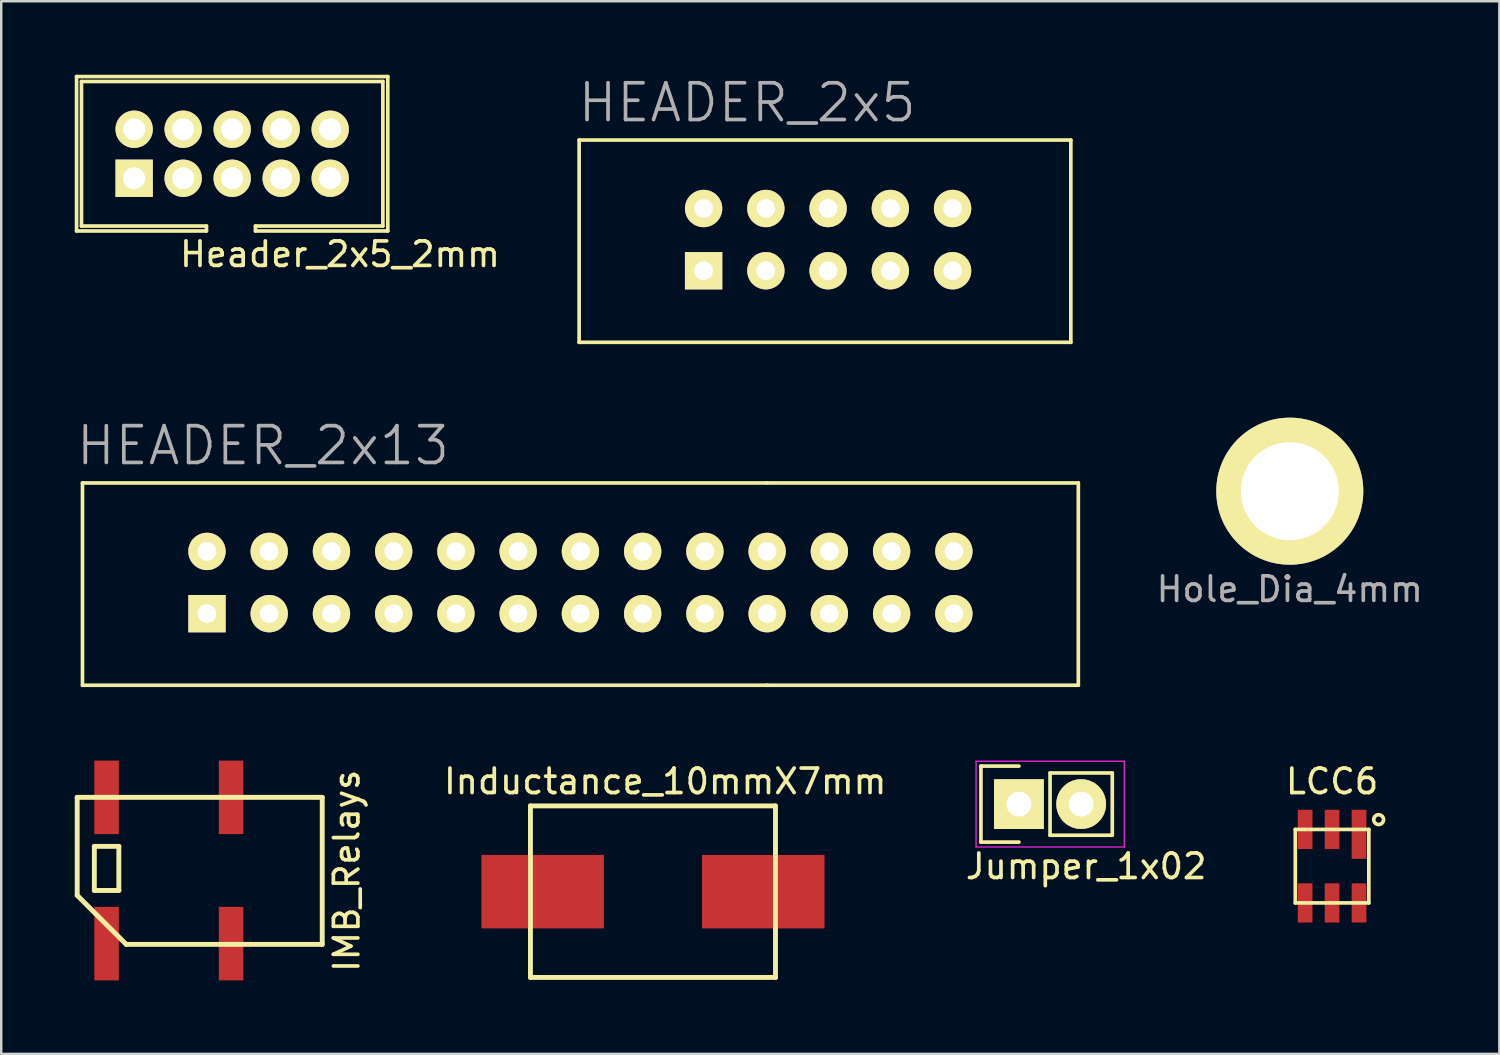
<source format=kicad_pcb>
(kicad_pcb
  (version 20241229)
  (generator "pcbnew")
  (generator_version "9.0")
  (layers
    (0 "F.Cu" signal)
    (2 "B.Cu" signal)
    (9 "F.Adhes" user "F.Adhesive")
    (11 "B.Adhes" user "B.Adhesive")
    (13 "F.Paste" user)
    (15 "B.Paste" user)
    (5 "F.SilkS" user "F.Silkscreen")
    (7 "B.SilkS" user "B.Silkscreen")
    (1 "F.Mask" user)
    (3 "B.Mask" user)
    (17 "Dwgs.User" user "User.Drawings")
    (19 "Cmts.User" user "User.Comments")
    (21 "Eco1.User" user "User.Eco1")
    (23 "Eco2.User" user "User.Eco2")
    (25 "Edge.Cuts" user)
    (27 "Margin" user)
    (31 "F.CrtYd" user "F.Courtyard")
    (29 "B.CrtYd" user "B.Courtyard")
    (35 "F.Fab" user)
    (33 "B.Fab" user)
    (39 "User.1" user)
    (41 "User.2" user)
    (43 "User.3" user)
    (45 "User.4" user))
  (footprint "Jumper_1x02"
    (layer "F.Cu")
    (at 38.532 29.765)
    (property "Reference" "Jumper_1x02" (at 2.743 2.54 0) (layer "F.SilkS") (effects (font (size 1 1) (thickness 0.15))))
    (attr through_hole)
    (fp_line (start -1.55 -1.55) (end -1.55 1.55) (stroke (width 0.15) (type solid)) (layer "F.SilkS"))
    (fp_line (start -1.55 1.55) (end 0 1.55) (stroke (width 0.15) (type solid)) (layer "F.SilkS"))
    (fp_line (start 0 -1.55) (end -1.55 -1.55) (stroke (width 0.15) (type solid)) (layer "F.SilkS"))
    (fp_line (start 1.27 -1.27) (end 3.81 -1.27) (stroke (width 0.15) (type solid)) (layer "F.SilkS"))
    (fp_line (start 1.27 1.27) (end 1.27 -1.27) (stroke (width 0.15) (type solid)) (layer "F.SilkS"))
    (fp_line (start 3.81 -1.27) (end 3.81 1.27) (stroke (width 0.15) (type solid)) (layer "F.SilkS"))
    (fp_line (start 3.81 1.27) (end 1.27 1.27) (stroke (width 0.15) (type solid)) (layer "F.SilkS"))
    (fp_line (start -1.75 -1.75) (end -1.75 1.75) (stroke (width 0.05) (type solid)) (layer "F.CrtYd"))
    (fp_line (start -1.75 -1.75) (end 4.3 -1.75) (stroke (width 0.05) (type solid)) (layer "F.CrtYd"))
    (fp_line (start -1.75 1.75) (end 4.3 1.75) (stroke (width 0.05) (type solid)) (layer "F.CrtYd"))
    (fp_line (start 4.3 -1.75) (end 4.3 1.75) (stroke (width 0.05) (type solid)) (layer "F.CrtYd"))
    (pad "1" thru_hole rect (at 0 0) (size 2.032 2.032) (drill 1.016) (layers "*.Cu" "*.Mask" "F.SilkS"))
    (pad "2" thru_hole oval (at 2.54 0) (size 2.032 2.032) (drill 1.016) (layers "*.Cu" "*.Mask" "F.SilkS")))
  (footprint "Inductance_10mmX7mm"
    (layer "F.Cu")
    (at 23.097 33.338)
    (property "Reference" "Inductance_10mmX7mm" (at 1 -4.5 0) (layer "F.SilkS") (effects (font (size 1 1) (thickness 0.15))))
    (attr through_hole)
    (fp_line (start -4.5 -3.5) (end 5.5 -3.5) (stroke (width 0.2) (type solid)) (layer "F.SilkS"))
    (fp_line (start -4.5 3.5) (end -4.5 -3.5) (stroke (width 0.2) (type solid)) (layer "F.SilkS"))
    (fp_line (start 5.5 -3.5) (end 5.5 3.5) (stroke (width 0.2) (type solid)) (layer "F.SilkS"))
    (fp_line (start 5.5 3.5) (end -4.5 3.5) (stroke (width 0.2) (type solid)) (layer "F.SilkS"))
    (pad "1" smd rect (at -4 0) (size 5 3) (layers "F.Cu" "F.Mask" "F.Paste"))
    (pad "2" smd rect (at 5 0) (size 5 3) (layers "F.Cu" "F.Mask" "F.Paste")))
  (footprint "IMB_Relays"
    (layer "F.Cu")
    (at 5.1 32.489)
    (property "Reference" "IMB_Relays" (at 6 0 90) (layer "F.SilkS") (effects (font (size 1 1) (thickness 0.15))))
    (attr through_hole)
    (fp_line (start -5 -3) (end 5 -3) (stroke (width 0.2) (type solid)) (layer "F.SilkS"))
    (fp_line (start -5 1) (end -5 -3) (stroke (width 0.2) (type solid)) (layer "F.SilkS"))
    (fp_line (start -4.3 -1) (end -3.3 -1) (stroke (width 0.2) (type solid)) (layer "F.SilkS"))
    (fp_line (start -4.3 0.8) (end -4.3 -1) (stroke (width 0.2) (type solid)) (layer "F.SilkS"))
    (fp_line (start -3.3 -1) (end -3.3 0.8) (stroke (width 0.2) (type solid)) (layer "F.SilkS"))
    (fp_line (start -3.3 0.8) (end -4.3 0.8) (stroke (width 0.2) (type solid)) (layer "F.SilkS"))
    (fp_line (start -3 3) (end -5 1) (stroke (width 0.2) (type solid)) (layer "F.SilkS"))
    (fp_line (start 5 -3) (end 5 3) (stroke (width 0.2) (type solid)) (layer "F.SilkS"))
    (fp_line (start 5 3) (end -3 3) (stroke (width 0.2) (type solid)) (layer "F.SilkS"))
    (pad "1" smd rect (at -3.8 2.969) (size 1 3) (layers "F.Cu" "F.Mask" "F.Paste"))
    (pad "3" smd rect (at 1.28 2.969) (size 1 3) (layers "F.Cu" "F.Mask" "F.Paste"))
    (pad "6" smd rect (at 1.28 -3) (size 1 3) (layers "F.Cu" "F.Mask" "F.Paste"))
    (pad "8" smd rect (at -3.8 -3) (size 1 3) (layers "F.Cu" "F.Mask" "F.Paste")))
  (footprint "LCC6"
    (layer "F.Cu")
    (at 51.311 32.298)
    (property "Reference" "LCC6" (at 0 -3.46 0) (layer "F.SilkS") (effects (font (size 1 1) (thickness 0.15))))
    (attr through_hole)
    (fp_line (start -1.5 -1.5) (end 1.5 -1.5) (stroke (width 0.15) (type solid)) (layer "F.SilkS"))
    (fp_line (start -1.5 1.5) (end -1.5 -1.5) (stroke (width 0.15) (type solid)) (layer "F.SilkS"))
    (fp_line (start 1.5 -1.5) (end 1.5 1.5) (stroke (width 0.15) (type solid)) (layer "F.SilkS"))
    (fp_line (start 1.5 1.5) (end -1.5 1.5) (stroke (width 0.15) (type solid)) (layer "F.SilkS"))
    (fp_circle (center 1.9 -1.9) (end 2.1 -1.9) (stroke (width 0.15) (type solid)) (fill no) (layer "F.SilkS"))
    (pad "1" smd rect (at 1.1 -1.3) (size 0.6 2) (layers "F.Cu" "F.Mask" "F.Paste"))
    (pad "2" smd rect (at 0 -1.5) (size 0.6 1.6) (layers "F.Cu" "F.Mask" "F.Paste"))
    (pad "3" smd rect (at -1.1 -1.5) (size 0.6 1.6) (layers "F.Cu" "F.Mask" "F.Paste"))
    (pad "4" smd rect (at -1.1 1.5) (size 0.6 1.6) (layers "F.Cu" "F.Mask" "F.Paste"))
    (pad "5" smd rect (at 0 1.5) (size 0.6 1.6) (layers "F.Cu" "F.Mask" "F.Paste"))
    (pad "6" smd rect (at 1.1 1.5) (size 0.6 1.6) (layers "F.Cu" "F.Mask" "F.Paste")))
  (footprint "HEADER_2x13"
    (layer "F.Cu")
    (at 20.509 20.596)
    (property "Reference" "HEADER_2x13" (at -12.827 -5.461 0) (layer "F.Fab") (effects (font (size 1.5 1.5) (thickness 0.15))))
    (attr through_hole)
    (fp_line (start -20.193 -3.937) (end 7.747 -3.937) (stroke (width 0.15) (type solid)) (layer "F.SilkS"))
    (fp_line (start -20.193 4.318) (end -20.193 -3.937) (stroke (width 0.15) (type solid)) (layer "F.SilkS"))
    (fp_line (start -20.193 4.318) (end 7.747 4.318) (stroke (width 0.15) (type solid)) (layer "F.SilkS"))
    (fp_line (start 7.747 -3.937) (end 20.447 -3.937) (stroke (width 0.15) (type solid)) (layer "F.SilkS"))
    (fp_line (start 20.447 -3.937) (end 20.447 4.318) (stroke (width 0.15) (type solid)) (layer "F.SilkS"))
    (fp_line (start 20.447 4.318) (end 7.747 4.318) (stroke (width 0.15) (type solid)) (layer "F.SilkS"))
    (pad "1" thru_hole rect (at -15.113 1.397) (size 1.524 1.524) (drill 0.762) (layers "*.Cu" "*.Mask" "F.SilkS"))
    (pad "2" thru_hole circle (at -15.113 -1.143) (size 1.524 1.524) (drill 0.762) (layers "*.Cu" "*.Mask" "F.SilkS"))
    (pad "3" thru_hole circle (at -12.573 1.397) (size 1.524 1.524) (drill 0.762) (layers "*.Cu" "*.Mask" "F.SilkS"))
    (pad "4" thru_hole circle (at -12.573 -1.143) (size 1.524 1.524) (drill 0.762) (layers "*.Cu" "*.Mask" "F.SilkS"))
    (pad "5" thru_hole circle (at -10.033 1.397) (size 1.524 1.524) (drill 0.762) (layers "*.Cu" "*.Mask" "F.SilkS"))
    (pad "6" thru_hole circle (at -10.033 -1.143) (size 1.524 1.524) (drill 0.762) (layers "*.Cu" "*.Mask" "F.SilkS"))
    (pad "7" thru_hole circle (at -7.493 1.397) (size 1.524 1.524) (drill 0.762) (layers "*.Cu" "*.Mask" "F.SilkS"))
    (pad "8" thru_hole circle (at -7.493 -1.143) (size 1.524 1.524) (drill 0.762) (layers "*.Cu" "*.Mask" "F.SilkS"))
    (pad "9" thru_hole circle (at -4.953 1.397) (size 1.524 1.524) (drill 0.762) (layers "*.Cu" "*.Mask" "F.SilkS"))
    (pad "10" thru_hole circle (at -4.953 -1.143) (size 1.524 1.524) (drill 0.762) (layers "*.Cu" "*.Mask" "F.SilkS"))
    (pad "11" thru_hole circle (at -2.413 1.397) (size 1.524 1.524) (drill 0.762) (layers "*.Cu" "*.Mask" "F.SilkS"))
    (pad "12" thru_hole circle (at -2.413 -1.143) (size 1.524 1.524) (drill 0.762) (layers "*.Cu" "*.Mask" "F.SilkS"))
    (pad "13" thru_hole circle (at 0.127 1.397) (size 1.524 1.524) (drill 0.762) (layers "*.Cu" "*.Mask" "F.SilkS"))
    (pad "14" thru_hole circle (at 0.127 -1.143) (size 1.524 1.524) (drill 0.762) (layers "*.Cu" "*.Mask" "F.SilkS"))
    (pad "15" thru_hole circle (at 2.667 1.397) (size 1.524 1.524) (drill 0.762) (layers "*.Cu" "*.Mask" "F.SilkS"))
    (pad "16" thru_hole circle (at 2.667 -1.143) (size 1.524 1.524) (drill 0.762) (layers "*.Cu" "*.Mask" "F.SilkS"))
    (pad "17" thru_hole circle (at 5.207 1.397) (size 1.524 1.524) (drill 0.762) (layers "*.Cu" "*.Mask" "F.SilkS"))
    (pad "18" thru_hole circle (at 5.207 -1.143) (size 1.524 1.524) (drill 0.762) (layers "*.Cu" "*.Mask" "F.SilkS"))
    (pad "19" thru_hole circle (at 7.747 1.397) (size 1.524 1.524) (drill 0.762) (layers "*.Cu" "*.Mask" "F.SilkS"))
    (pad "20" thru_hole circle (at 7.747 -1.143) (size 1.524 1.524) (drill 0.762) (layers "*.Cu" "*.Mask" "F.SilkS"))
    (pad "21" thru_hole circle (at 10.287 1.397) (size 1.524 1.524) (drill 0.762) (layers "*.Cu" "*.Mask" "F.SilkS"))
    (pad "22" thru_hole circle (at 10.287 -1.143) (size 1.524 1.524) (drill 0.762) (layers "*.Cu" "*.Mask" "F.SilkS"))
    (pad "23" thru_hole circle (at 12.827 1.397) (size 1.524 1.524) (drill 0.762) (layers "*.Cu" "*.Mask" "F.SilkS"))
    (pad "24" thru_hole circle (at 12.827 -1.143) (size 1.524 1.524) (drill 0.762) (layers "*.Cu" "*.Mask" "F.SilkS"))
    (pad "25" thru_hole circle (at 15.367 1.397) (size 1.524 1.524) (drill 0.762) (layers "*.Cu" "*.Mask" "F.SilkS"))
    (pad "26" thru_hole circle (at 15.367 -1.143) (size 1.524 1.524) (drill 0.762) (layers "*.Cu" "*.Mask" "F.SilkS")))
  (footprint "Header_2x5_2mm"
    (layer "F.Cu")
    (at 6.375 3.175)
    (property "Reference" "Header_2x5_2mm" (at 4.45 4.15 0) (layer "F.SilkS") (effects (font (size 1 1) (thickness 0.15))))
    (attr through_hole)
    (fp_line (start -6.3 -3.1) (end -6.3 3.2) (stroke (width 0.15) (type solid)) (layer "F.SilkS"))
    (fp_line (start -6.3 -3.1) (end 6.4 -3.1) (stroke (width 0.15) (type solid)) (layer "F.SilkS"))
    (fp_line (start -6.1 -2.9) (end 6.2 -2.9) (stroke (width 0.15) (type solid)) (layer "F.SilkS"))
    (fp_line (start -6.1 3) (end -6.1 -2.9) (stroke (width 0.15) (type solid)) (layer "F.SilkS"))
    (fp_line (start -6.1 3) (end -1 3) (stroke (width 0.15) (type solid)) (layer "F.SilkS"))
    (fp_line (start -1 3) (end -1 3.2) (stroke (width 0.15) (type solid)) (layer "F.SilkS"))
    (fp_line (start -1 3.2) (end -6.3 3.2) (stroke (width 0.15) (type solid)) (layer "F.SilkS"))
    (fp_line (start 1 3) (end 1 3.2) (stroke (width 0.15) (type solid)) (layer "F.SilkS"))
    (fp_line (start 1 3.2) (end 6.4 3.2) (stroke (width 0.15) (type solid)) (layer "F.SilkS"))
    (fp_line (start 6.2 -2.9) (end 6.2 3) (stroke (width 0.15) (type solid)) (layer "F.SilkS"))
    (fp_line (start 6.2 3) (end 1 3) (stroke (width 0.15) (type solid)) (layer "F.SilkS"))
    (fp_line (start 6.4 3.2) (end 6.4 -3.1) (stroke (width 0.15) (type solid)) (layer "F.SilkS"))
    (pad "1" thru_hole rect (at -3.95 1.05) (size 1.524 1.524) (drill 0.9) (layers "*.Cu" "*.Mask" "F.SilkS"))
    (pad "2" thru_hole circle (at -3.95 -0.95) (size 1.524 1.524) (drill 0.9) (layers "*.Cu" "*.Mask" "F.SilkS"))
    (pad "3" thru_hole circle (at -1.95 1.05) (size 1.524 1.524) (drill 0.9) (layers "*.Cu" "*.Mask" "F.SilkS"))
    (pad "4" thru_hole circle (at -1.95 -0.95) (size 1.524 1.524) (drill 0.9) (layers "*.Cu" "*.Mask" "F.SilkS"))
    (pad "5" thru_hole circle (at 0.05 1.05) (size 1.524 1.524) (drill 0.9) (layers "*.Cu" "*.Mask" "F.SilkS"))
    (pad "6" thru_hole circle (at 0.05 -0.95) (size 1.524 1.524) (drill 0.9) (layers "*.Cu" "*.Mask" "F.SilkS"))
    (pad "7" thru_hole circle (at 2.05 1.05) (size 1.524 1.524) (drill 0.9) (layers "*.Cu" "*.Mask" "F.SilkS"))
    (pad "8" thru_hole circle (at 2.05 -0.95) (size 1.524 1.524) (drill 0.9) (layers "*.Cu" "*.Mask" "F.SilkS"))
    (pad "9" thru_hole circle (at 4.05 1.05) (size 1.524 1.524) (drill 0.9) (layers "*.Cu" "*.Mask" "F.SilkS"))
    (pad "10" thru_hole circle (at 4.05 -0.95) (size 1.524 1.524) (drill 0.9) (layers "*.Cu" "*.Mask" "F.SilkS")))
  (footprint "HEADER_2x5"
    (layer "F.Cu")
    (at 30.744 6.729)
    (property "Reference" "HEADER_2x5" (at -3.302 -5.588 0) (layer "F.Fab") (effects (font (size 1.5 1.5) (thickness 0.15))))
    (attr through_hole)
    (fp_line (start -10.16 -4.064) (end 9.906 -4.064) (stroke (width 0.15) (type solid)) (layer "F.SilkS"))
    (fp_line (start -10.16 4.191) (end -10.16 -4.064) (stroke (width 0.15) (type solid)) (layer "F.SilkS"))
    (fp_line (start -10.16 4.191) (end 9.906 4.191) (stroke (width 0.15) (type solid)) (layer "F.SilkS"))
    (fp_line (start 9.906 4.191) (end 9.906 -4.064) (stroke (width 0.15) (type solid)) (layer "F.SilkS"))
    (pad "1" thru_hole rect (at -5.08 1.27) (size 1.524 1.524) (drill 0.762) (layers "*.Cu" "*.Mask" "F.SilkS"))
    (pad "2" thru_hole circle (at -5.08 -1.27) (size 1.524 1.524) (drill 0.762) (layers "*.Cu" "*.Mask" "F.SilkS"))
    (pad "3" thru_hole circle (at -2.54 1.27) (size 1.524 1.524) (drill 0.762) (layers "*.Cu" "*.Mask" "F.SilkS"))
    (pad "4" thru_hole circle (at -2.54 -1.27) (size 1.524 1.524) (drill 0.762) (layers "*.Cu" "*.Mask" "F.SilkS"))
    (pad "5" thru_hole circle (at 0 1.27) (size 1.524 1.524) (drill 0.762) (layers "*.Cu" "*.Mask" "F.SilkS"))
    (pad "6" thru_hole circle (at 0 -1.27) (size 1.524 1.524) (drill 0.762) (layers "*.Cu" "*.Mask" "F.SilkS"))
    (pad "7" thru_hole circle (at 2.54 1.27) (size 1.524 1.524) (drill 0.762) (layers "*.Cu" "*.Mask" "F.SilkS"))
    (pad "8" thru_hole circle (at 2.54 -1.27) (size 1.524 1.524) (drill 0.762) (layers "*.Cu" "*.Mask" "F.SilkS"))
    (pad "9" thru_hole circle (at 5.08 1.27) (size 1.524 1.524) (drill 0.762) (layers "*.Cu" "*.Mask" "F.SilkS"))
    (pad "10" thru_hole circle (at 5.08 -1.27) (size 1.524 1.524) (drill 0.762) (layers "*.Cu" "*.Mask" "F.SilkS")))
  (footprint "Hole_Dia_4mm"
    (layer "F.Cu")
    (at 49.585 16.995)
    (property "Reference" "Hole_Dia_4mm" (at 0 4 0) (layer "F.Fab") (effects (font (size 1 1) (thickness 0.15))))
    (attr through_hole)
    (pad "" thru_hole circle (at 0 0) (size 6 6) (drill 4) (layers "*.Cu" "*.Mask" "F.SilkS")))
  (gr_rect
    (start -3 -3)
    (end 58.138 39.959)
    (stroke (width 0.1) (type default))
    (fill no)
    (layer "Edge.Cuts")))
</source>
